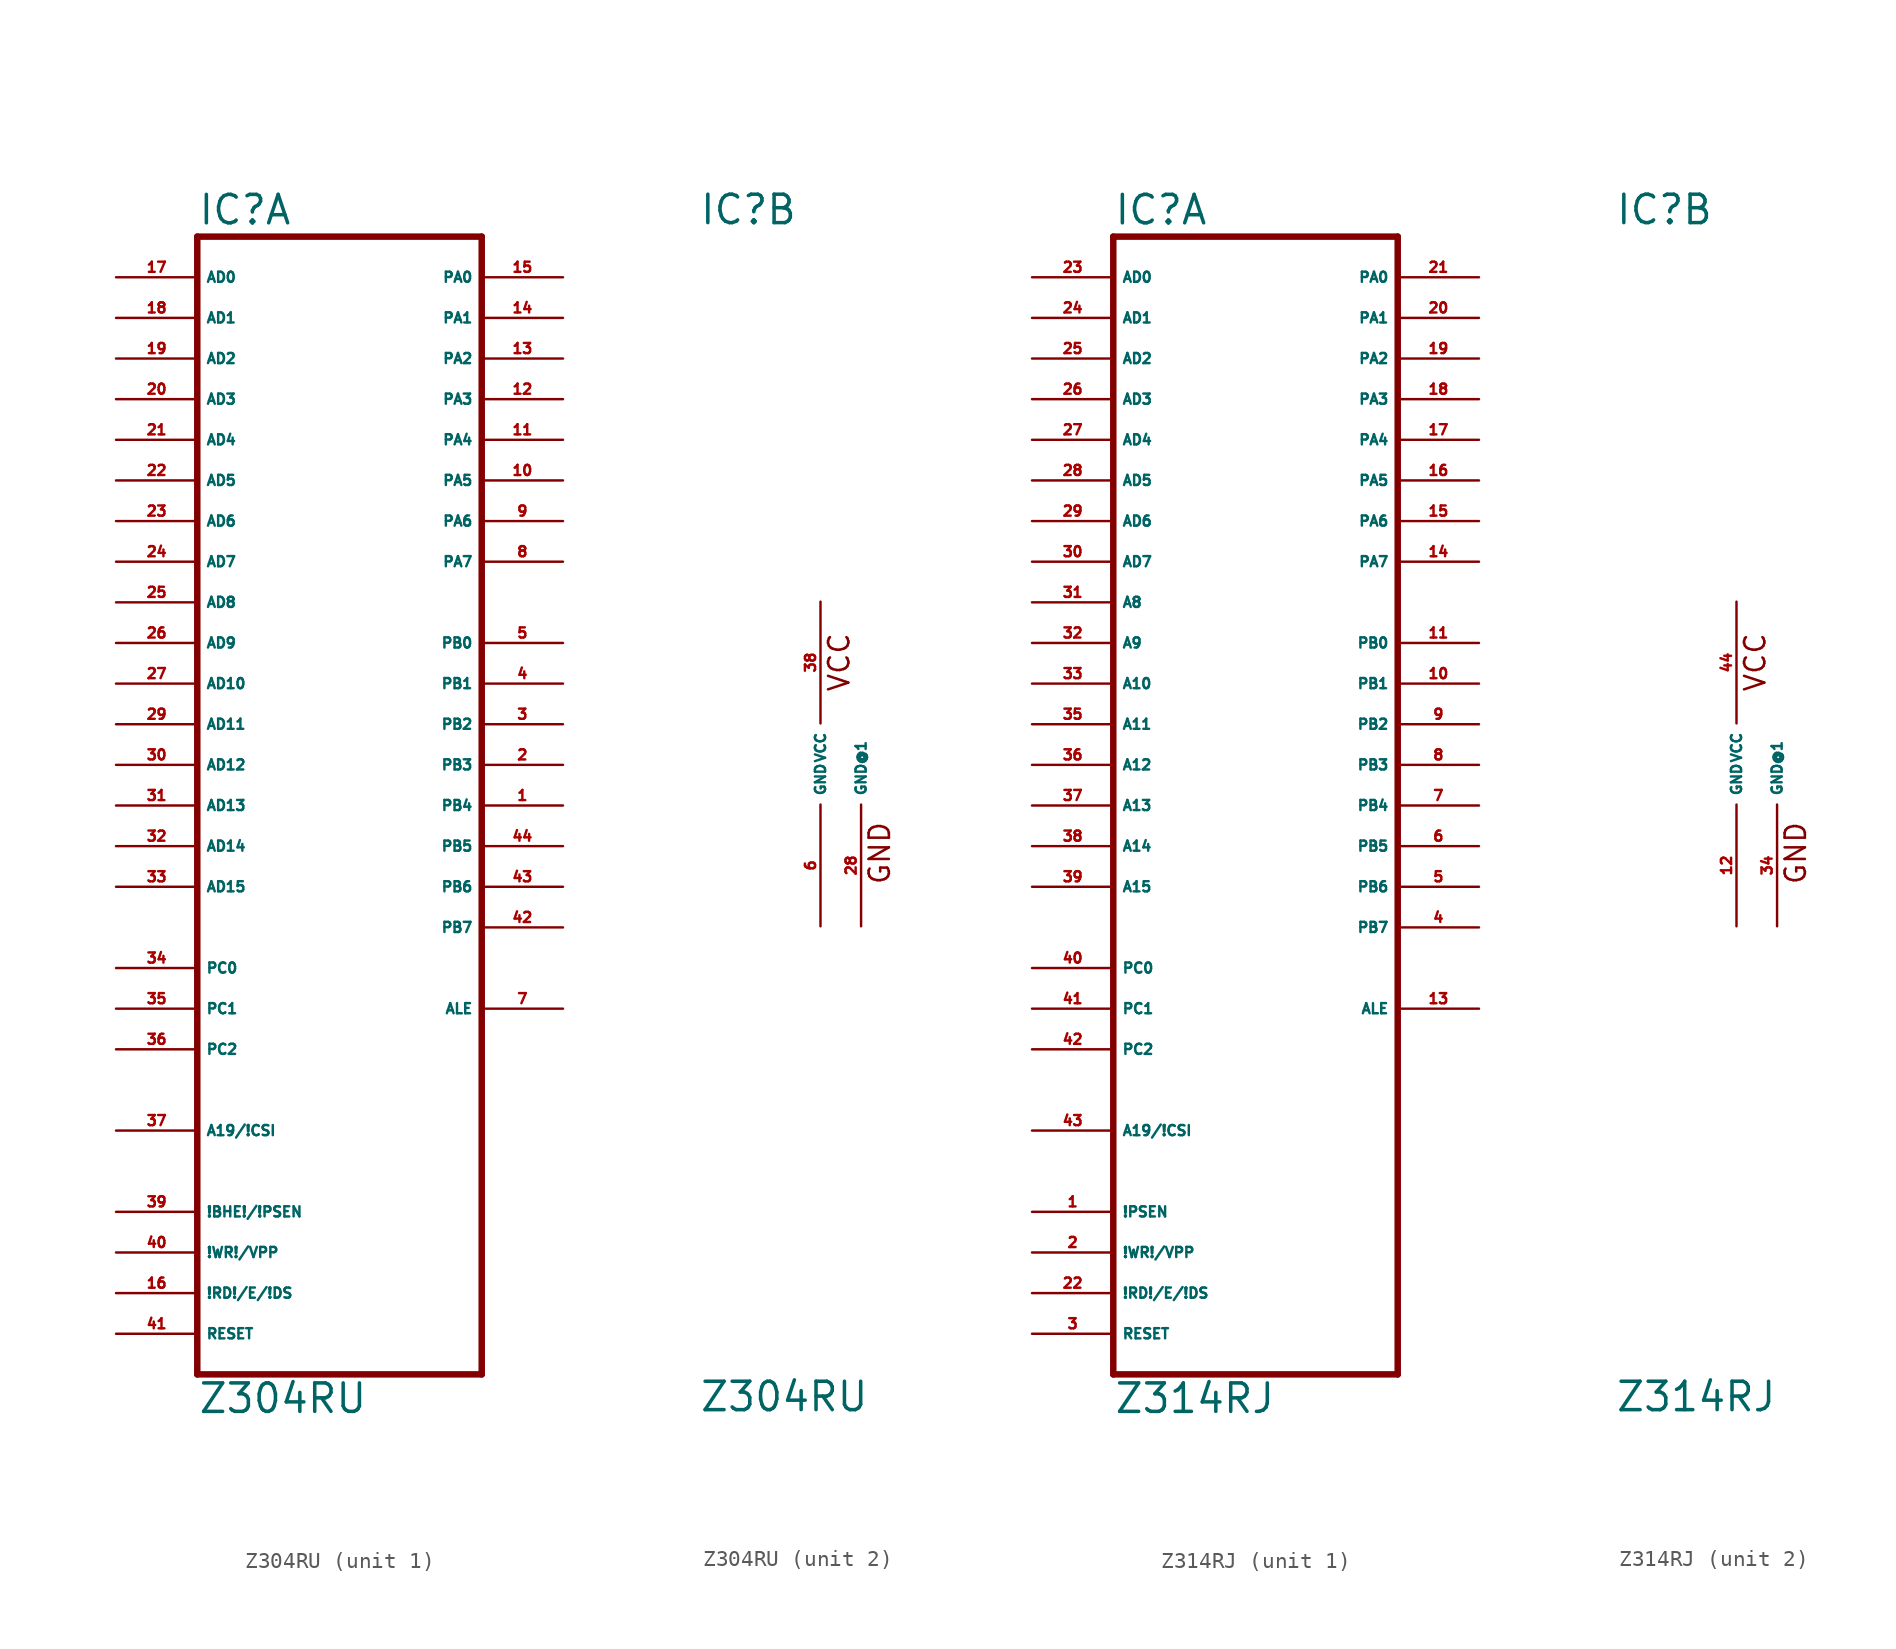
<source format=kicad_sym>
(kicad_symbol_lib
  (version 20220914)
  (generator Eagle2Kicad)
  (symbol "Z304RU"
    (property "Reference" "IC"
      (at -7.62 33.655 0)
      (effects (font (size 1.778 1.778) (thickness 0.22)) (justify left bottom)))
    (property "Value" "Z304RU"
      (at -7.62 -40.64 0)
      (effects (font (size 1.778 1.778) (thickness 0.22)) (justify left bottom)))
    (symbol "Z304RU_1_0"
      (polyline (pts (xy -7.62 -38.1) (xy 10.16 -38.1)) (stroke (width 0.406) (type default)) (fill (type none)))
      (polyline (pts (xy 10.16 -38.1) (xy 10.16 33.02)) (stroke (width 0.406) (type default)) (fill (type none)))
      (polyline (pts (xy 10.16 33.02) (xy -7.62 33.02)) (stroke (width 0.406) (type default)) (fill (type none)))
      (polyline (pts (xy -7.62 33.02) (xy -7.62 -38.1)) (stroke (width 0.406) (type default)) (fill (type none)))
      (pin input line (at -12.7 30.48 0) (length 5.08) (name "AD0" (effects (font (size 0.635 0.635) (thickness 0.08)) (justify left bottom))) (number "17" (effects (font (size 0.635 0.635) (thickness 0.08)) (justify left bottom))))
      (pin input line (at -12.7 27.94 0) (length 5.08) (name "AD1" (effects (font (size 0.635 0.635) (thickness 0.08)) (justify left bottom))) (number "18" (effects (font (size 0.635 0.635) (thickness 0.08)) (justify left bottom))))
      (pin input line (at -12.7 25.4 0) (length 5.08) (name "AD2" (effects (font (size 0.635 0.635) (thickness 0.08)) (justify left bottom))) (number "19" (effects (font (size 0.635 0.635) (thickness 0.08)) (justify left bottom))))
      (pin input line (at -12.7 22.86 0) (length 5.08) (name "AD3" (effects (font (size 0.635 0.635) (thickness 0.08)) (justify left bottom))) (number "20" (effects (font (size 0.635 0.635) (thickness 0.08)) (justify left bottom))))
      (pin input line (at -12.7 20.32 0) (length 5.08) (name "AD4" (effects (font (size 0.635 0.635) (thickness 0.08)) (justify left bottom))) (number "21" (effects (font (size 0.635 0.635) (thickness 0.08)) (justify left bottom))))
      (pin input line (at -12.7 17.78 0) (length 5.08) (name "AD5" (effects (font (size 0.635 0.635) (thickness 0.08)) (justify left bottom))) (number "22" (effects (font (size 0.635 0.635) (thickness 0.08)) (justify left bottom))))
      (pin input line (at -12.7 15.24 0) (length 5.08) (name "AD6" (effects (font (size 0.635 0.635) (thickness 0.08)) (justify left bottom))) (number "23" (effects (font (size 0.635 0.635) (thickness 0.08)) (justify left bottom))))
      (pin input line (at -12.7 12.7 0) (length 5.08) (name "AD7" (effects (font (size 0.635 0.635) (thickness 0.08)) (justify left bottom))) (number "24" (effects (font (size 0.635 0.635) (thickness 0.08)) (justify left bottom))))
      (pin input line (at -12.7 10.16 0) (length 5.08) (name "AD8" (effects (font (size 0.635 0.635) (thickness 0.08)) (justify left bottom))) (number "25" (effects (font (size 0.635 0.635) (thickness 0.08)) (justify left bottom))))
      (pin input line (at -12.7 7.62 0) (length 5.08) (name "AD9" (effects (font (size 0.635 0.635) (thickness 0.08)) (justify left bottom))) (number "26" (effects (font (size 0.635 0.635) (thickness 0.08)) (justify left bottom))))
      (pin input line (at -12.7 5.08 0) (length 5.08) (name "AD10" (effects (font (size 0.635 0.635) (thickness 0.08)) (justify left bottom))) (number "27" (effects (font (size 0.635 0.635) (thickness 0.08)) (justify left bottom))))
      (pin input line (at -12.7 2.54 0) (length 5.08) (name "AD11" (effects (font (size 0.635 0.635) (thickness 0.08)) (justify left bottom))) (number "29" (effects (font (size 0.635 0.635) (thickness 0.08)) (justify left bottom))))
      (pin input line (at -12.7 0 0) (length 5.08) (name "AD12" (effects (font (size 0.635 0.635) (thickness 0.08)) (justify left bottom))) (number "30" (effects (font (size 0.635 0.635) (thickness 0.08)) (justify left bottom))))
      (pin input line (at -12.7 -2.54 0) (length 5.08) (name "AD13" (effects (font (size 0.635 0.635) (thickness 0.08)) (justify left bottom))) (number "31" (effects (font (size 0.635 0.635) (thickness 0.08)) (justify left bottom))))
      (pin input line (at -12.7 -5.08 0) (length 5.08) (name "AD14" (effects (font (size 0.635 0.635) (thickness 0.08)) (justify left bottom))) (number "32" (effects (font (size 0.635 0.635) (thickness 0.08)) (justify left bottom))))
      (pin input line (at -12.7 -7.62 0) (length 5.08) (name "AD15" (effects (font (size 0.635 0.635) (thickness 0.08)) (justify left bottom))) (number "33" (effects (font (size 0.635 0.635) (thickness 0.08)) (justify left bottom))))
      (pin input line (at -12.7 -12.7 0) (length 5.08) (name "PC0" (effects (font (size 0.635 0.635) (thickness 0.08)) (justify left bottom))) (number "34" (effects (font (size 0.635 0.635) (thickness 0.08)) (justify left bottom))))
      (pin input line (at -12.7 -15.24 0) (length 5.08) (name "PC1" (effects (font (size 0.635 0.635) (thickness 0.08)) (justify left bottom))) (number "35" (effects (font (size 0.635 0.635) (thickness 0.08)) (justify left bottom))))
      (pin input line (at -12.7 -17.78 0) (length 5.08) (name "PC2" (effects (font (size 0.635 0.635) (thickness 0.08)) (justify left bottom))) (number "36" (effects (font (size 0.635 0.635) (thickness 0.08)) (justify left bottom))))
      (pin input line (at -12.7 -22.86 0) (length 5.08) (name "A19/!CSI" (effects (font (size 0.635 0.635) (thickness 0.08)) (justify left bottom))) (number "37" (effects (font (size 0.635 0.635) (thickness 0.08)) (justify left bottom))))
      (pin bidirectional line (at 15.24 30.48 180) (length 5.08) (name "PA0" (effects (font (size 0.635 0.635) (thickness 0.08)) (justify left bottom))) (number "15" (effects (font (size 0.635 0.635) (thickness 0.08)) (justify left bottom))))
      (pin bidirectional line (at 15.24 27.94 180) (length 5.08) (name "PA1" (effects (font (size 0.635 0.635) (thickness 0.08)) (justify left bottom))) (number "14" (effects (font (size 0.635 0.635) (thickness 0.08)) (justify left bottom))))
      (pin bidirectional line (at 15.24 25.4 180) (length 5.08) (name "PA2" (effects (font (size 0.635 0.635) (thickness 0.08)) (justify left bottom))) (number "13" (effects (font (size 0.635 0.635) (thickness 0.08)) (justify left bottom))))
      (pin bidirectional line (at 15.24 22.86 180) (length 5.08) (name "PA3" (effects (font (size 0.635 0.635) (thickness 0.08)) (justify left bottom))) (number "12" (effects (font (size 0.635 0.635) (thickness 0.08)) (justify left bottom))))
      (pin bidirectional line (at 15.24 20.32 180) (length 5.08) (name "PA4" (effects (font (size 0.635 0.635) (thickness 0.08)) (justify left bottom))) (number "11" (effects (font (size 0.635 0.635) (thickness 0.08)) (justify left bottom))))
      (pin bidirectional line (at 15.24 17.78 180) (length 5.08) (name "PA5" (effects (font (size 0.635 0.635) (thickness 0.08)) (justify left bottom))) (number "10" (effects (font (size 0.635 0.635) (thickness 0.08)) (justify left bottom))))
      (pin bidirectional line (at 15.24 15.24 180) (length 5.08) (name "PA6" (effects (font (size 0.635 0.635) (thickness 0.08)) (justify left bottom))) (number "9" (effects (font (size 0.635 0.635) (thickness 0.08)) (justify left bottom))))
      (pin bidirectional line (at 15.24 12.7 180) (length 5.08) (name "PA7" (effects (font (size 0.635 0.635) (thickness 0.08)) (justify left bottom))) (number "8" (effects (font (size 0.635 0.635) (thickness 0.08)) (justify left bottom))))
      (pin output line (at 15.24 7.62 180) (length 5.08) (name "PB0" (effects (font (size 0.635 0.635) (thickness 0.08)) (justify left bottom))) (number "5" (effects (font (size 0.635 0.635) (thickness 0.08)) (justify left bottom))))
      (pin output line (at 15.24 5.08 180) (length 5.08) (name "PB1" (effects (font (size 0.635 0.635) (thickness 0.08)) (justify left bottom))) (number "4" (effects (font (size 0.635 0.635) (thickness 0.08)) (justify left bottom))))
      (pin output line (at 15.24 2.54 180) (length 5.08) (name "PB2" (effects (font (size 0.635 0.635) (thickness 0.08)) (justify left bottom))) (number "3" (effects (font (size 0.635 0.635) (thickness 0.08)) (justify left bottom))))
      (pin output line (at 15.24 0 180) (length 5.08) (name "PB3" (effects (font (size 0.635 0.635) (thickness 0.08)) (justify left bottom))) (number "2" (effects (font (size 0.635 0.635) (thickness 0.08)) (justify left bottom))))
      (pin output line (at 15.24 -2.54 180) (length 5.08) (name "PB4" (effects (font (size 0.635 0.635) (thickness 0.08)) (justify left bottom))) (number "1" (effects (font (size 0.635 0.635) (thickness 0.08)) (justify left bottom))))
      (pin output line (at 15.24 -5.08 180) (length 5.08) (name "PB5" (effects (font (size 0.635 0.635) (thickness 0.08)) (justify left bottom))) (number "44" (effects (font (size 0.635 0.635) (thickness 0.08)) (justify left bottom))))
      (pin output line (at 15.24 -7.62 180) (length 5.08) (name "PB6" (effects (font (size 0.635 0.635) (thickness 0.08)) (justify left bottom))) (number "43" (effects (font (size 0.635 0.635) (thickness 0.08)) (justify left bottom))))
      (pin output line (at 15.24 -10.16 180) (length 5.08) (name "PB7" (effects (font (size 0.635 0.635) (thickness 0.08)) (justify left bottom))) (number "42" (effects (font (size 0.635 0.635) (thickness 0.08)) (justify left bottom))))
      (pin output line (at 15.24 -15.24 180) (length 5.08) (name "ALE" (effects (font (size 0.635 0.635) (thickness 0.08)) (justify left bottom))) (number "7" (effects (font (size 0.635 0.635) (thickness 0.08)) (justify left bottom))))
      (pin input line (at -12.7 -27.94 0) (length 5.08) (name "!BHE!/!PSEN" (effects (font (size 0.635 0.635) (thickness 0.08)) (justify left bottom))) (number "39" (effects (font (size 0.635 0.635) (thickness 0.08)) (justify left bottom))))
      (pin input line (at -12.7 -30.48 0) (length 5.08) (name "!WR!/VPP" (effects (font (size 0.635 0.635) (thickness 0.08)) (justify left bottom))) (number "40" (effects (font (size 0.635 0.635) (thickness 0.08)) (justify left bottom))))
      (pin input line (at -12.7 -33.02 0) (length 5.08) (name "!RD!/E/!DS" (effects (font (size 0.635 0.635) (thickness 0.08)) (justify left bottom))) (number "16" (effects (font (size 0.635 0.635) (thickness 0.08)) (justify left bottom))))
      (pin input line (at -12.7 -35.56 0) (length 5.08) (name "RESET" (effects (font (size 0.635 0.635) (thickness 0.08)) (justify left bottom))) (number "41" (effects (font (size 0.635 0.635) (thickness 0.08)) (justify left bottom)))))
    (symbol "Z304RU_2_0"
      (text "VCC" (at 1.905 4.445 900) (effects (font (size 1.27 1.27) (thickness 0.16)) (justify left bottom)))
      (text "GND" (at 4.445 -7.62 900) (effects (font (size 1.27 1.27) (thickness 0.16)) (justify left bottom)))
      (pin unspecified line (at 0 10.16 270) (length 7.62) (name "VCC" (effects (font (size 0.635 0.635) (thickness 0.08)) (justify left bottom))) (number "38" (effects (font (size 0.635 0.635) (thickness 0.08)) (justify left bottom))))
      (pin unspecified line (at 0 -10.16 90) (length 7.62) (name "GND" (effects (font (size 0.635 0.635) (thickness 0.08)) (justify left bottom))) (number "6" (effects (font (size 0.635 0.635) (thickness 0.08)) (justify left bottom))))
      (pin unspecified line (at 2.54 -10.16 90) (length 7.62) (name "GND@1" (effects (font (size 0.635 0.635) (thickness 0.08)) (justify left bottom))) (number "28" (effects (font (size 0.635 0.635) (thickness 0.08)) (justify left bottom))))))
  (symbol "Z314RJ"
    (property "Reference" "IC"
      (at -7.62 33.655 0)
      (effects (font (size 1.778 1.778) (thickness 0.22)) (justify left bottom)))
    (property "Value" "Z314RJ"
      (at -7.62 -40.64 0)
      (effects (font (size 1.778 1.778) (thickness 0.22)) (justify left bottom)))
    (symbol "Z314RJ_1_0"
      (polyline (pts (xy -7.62 -38.1) (xy 10.16 -38.1)) (stroke (width 0.406) (type default)) (fill (type none)))
      (polyline (pts (xy 10.16 -38.1) (xy 10.16 33.02)) (stroke (width 0.406) (type default)) (fill (type none)))
      (polyline (pts (xy 10.16 33.02) (xy -7.62 33.02)) (stroke (width 0.406) (type default)) (fill (type none)))
      (polyline (pts (xy -7.62 33.02) (xy -7.62 -38.1)) (stroke (width 0.406) (type default)) (fill (type none)))
      (pin input line (at -12.7 30.48 0) (length 5.08) (name "AD0" (effects (font (size 0.635 0.635) (thickness 0.08)) (justify left bottom))) (number "23" (effects (font (size 0.635 0.635) (thickness 0.08)) (justify left bottom))))
      (pin input line (at -12.7 27.94 0) (length 5.08) (name "AD1" (effects (font (size 0.635 0.635) (thickness 0.08)) (justify left bottom))) (number "24" (effects (font (size 0.635 0.635) (thickness 0.08)) (justify left bottom))))
      (pin input line (at -12.7 25.4 0) (length 5.08) (name "AD2" (effects (font (size 0.635 0.635) (thickness 0.08)) (justify left bottom))) (number "25" (effects (font (size 0.635 0.635) (thickness 0.08)) (justify left bottom))))
      (pin input line (at -12.7 22.86 0) (length 5.08) (name "AD3" (effects (font (size 0.635 0.635) (thickness 0.08)) (justify left bottom))) (number "26" (effects (font (size 0.635 0.635) (thickness 0.08)) (justify left bottom))))
      (pin input line (at -12.7 20.32 0) (length 5.08) (name "AD4" (effects (font (size 0.635 0.635) (thickness 0.08)) (justify left bottom))) (number "27" (effects (font (size 0.635 0.635) (thickness 0.08)) (justify left bottom))))
      (pin input line (at -12.7 17.78 0) (length 5.08) (name "AD5" (effects (font (size 0.635 0.635) (thickness 0.08)) (justify left bottom))) (number "28" (effects (font (size 0.635 0.635) (thickness 0.08)) (justify left bottom))))
      (pin input line (at -12.7 15.24 0) (length 5.08) (name "AD6" (effects (font (size 0.635 0.635) (thickness 0.08)) (justify left bottom))) (number "29" (effects (font (size 0.635 0.635) (thickness 0.08)) (justify left bottom))))
      (pin input line (at -12.7 12.7 0) (length 5.08) (name "AD7" (effects (font (size 0.635 0.635) (thickness 0.08)) (justify left bottom))) (number "30" (effects (font (size 0.635 0.635) (thickness 0.08)) (justify left bottom))))
      (pin input line (at -12.7 10.16 0) (length 5.08) (name "A8" (effects (font (size 0.635 0.635) (thickness 0.08)) (justify left bottom))) (number "31" (effects (font (size 0.635 0.635) (thickness 0.08)) (justify left bottom))))
      (pin input line (at -12.7 7.62 0) (length 5.08) (name "A9" (effects (font (size 0.635 0.635) (thickness 0.08)) (justify left bottom))) (number "32" (effects (font (size 0.635 0.635) (thickness 0.08)) (justify left bottom))))
      (pin input line (at -12.7 5.08 0) (length 5.08) (name "A10" (effects (font (size 0.635 0.635) (thickness 0.08)) (justify left bottom))) (number "33" (effects (font (size 0.635 0.635) (thickness 0.08)) (justify left bottom))))
      (pin input line (at -12.7 2.54 0) (length 5.08) (name "A11" (effects (font (size 0.635 0.635) (thickness 0.08)) (justify left bottom))) (number "35" (effects (font (size 0.635 0.635) (thickness 0.08)) (justify left bottom))))
      (pin input line (at -12.7 0 0) (length 5.08) (name "A12" (effects (font (size 0.635 0.635) (thickness 0.08)) (justify left bottom))) (number "36" (effects (font (size 0.635 0.635) (thickness 0.08)) (justify left bottom))))
      (pin input line (at -12.7 -2.54 0) (length 5.08) (name "A13" (effects (font (size 0.635 0.635) (thickness 0.08)) (justify left bottom))) (number "37" (effects (font (size 0.635 0.635) (thickness 0.08)) (justify left bottom))))
      (pin input line (at -12.7 -5.08 0) (length 5.08) (name "A14" (effects (font (size 0.635 0.635) (thickness 0.08)) (justify left bottom))) (number "38" (effects (font (size 0.635 0.635) (thickness 0.08)) (justify left bottom))))
      (pin input line (at -12.7 -7.62 0) (length 5.08) (name "A15" (effects (font (size 0.635 0.635) (thickness 0.08)) (justify left bottom))) (number "39" (effects (font (size 0.635 0.635) (thickness 0.08)) (justify left bottom))))
      (pin input line (at -12.7 -12.7 0) (length 5.08) (name "PC0" (effects (font (size 0.635 0.635) (thickness 0.08)) (justify left bottom))) (number "40" (effects (font (size 0.635 0.635) (thickness 0.08)) (justify left bottom))))
      (pin input line (at -12.7 -15.24 0) (length 5.08) (name "PC1" (effects (font (size 0.635 0.635) (thickness 0.08)) (justify left bottom))) (number "41" (effects (font (size 0.635 0.635) (thickness 0.08)) (justify left bottom))))
      (pin input line (at -12.7 -17.78 0) (length 5.08) (name "PC2" (effects (font (size 0.635 0.635) (thickness 0.08)) (justify left bottom))) (number "42" (effects (font (size 0.635 0.635) (thickness 0.08)) (justify left bottom))))
      (pin input line (at -12.7 -22.86 0) (length 5.08) (name "A19/!CSI" (effects (font (size 0.635 0.635) (thickness 0.08)) (justify left bottom))) (number "43" (effects (font (size 0.635 0.635) (thickness 0.08)) (justify left bottom))))
      (pin bidirectional line (at 15.24 30.48 180) (length 5.08) (name "PA0" (effects (font (size 0.635 0.635) (thickness 0.08)) (justify left bottom))) (number "21" (effects (font (size 0.635 0.635) (thickness 0.08)) (justify left bottom))))
      (pin bidirectional line (at 15.24 27.94 180) (length 5.08) (name "PA1" (effects (font (size 0.635 0.635) (thickness 0.08)) (justify left bottom))) (number "20" (effects (font (size 0.635 0.635) (thickness 0.08)) (justify left bottom))))
      (pin bidirectional line (at 15.24 25.4 180) (length 5.08) (name "PA2" (effects (font (size 0.635 0.635) (thickness 0.08)) (justify left bottom))) (number "19" (effects (font (size 0.635 0.635) (thickness 0.08)) (justify left bottom))))
      (pin bidirectional line (at 15.24 22.86 180) (length 5.08) (name "PA3" (effects (font (size 0.635 0.635) (thickness 0.08)) (justify left bottom))) (number "18" (effects (font (size 0.635 0.635) (thickness 0.08)) (justify left bottom))))
      (pin bidirectional line (at 15.24 20.32 180) (length 5.08) (name "PA4" (effects (font (size 0.635 0.635) (thickness 0.08)) (justify left bottom))) (number "17" (effects (font (size 0.635 0.635) (thickness 0.08)) (justify left bottom))))
      (pin bidirectional line (at 15.24 17.78 180) (length 5.08) (name "PA5" (effects (font (size 0.635 0.635) (thickness 0.08)) (justify left bottom))) (number "16" (effects (font (size 0.635 0.635) (thickness 0.08)) (justify left bottom))))
      (pin bidirectional line (at 15.24 15.24 180) (length 5.08) (name "PA6" (effects (font (size 0.635 0.635) (thickness 0.08)) (justify left bottom))) (number "15" (effects (font (size 0.635 0.635) (thickness 0.08)) (justify left bottom))))
      (pin bidirectional line (at 15.24 12.7 180) (length 5.08) (name "PA7" (effects (font (size 0.635 0.635) (thickness 0.08)) (justify left bottom))) (number "14" (effects (font (size 0.635 0.635) (thickness 0.08)) (justify left bottom))))
      (pin output line (at 15.24 7.62 180) (length 5.08) (name "PB0" (effects (font (size 0.635 0.635) (thickness 0.08)) (justify left bottom))) (number "11" (effects (font (size 0.635 0.635) (thickness 0.08)) (justify left bottom))))
      (pin output line (at 15.24 5.08 180) (length 5.08) (name "PB1" (effects (font (size 0.635 0.635) (thickness 0.08)) (justify left bottom))) (number "10" (effects (font (size 0.635 0.635) (thickness 0.08)) (justify left bottom))))
      (pin output line (at 15.24 2.54 180) (length 5.08) (name "PB2" (effects (font (size 0.635 0.635) (thickness 0.08)) (justify left bottom))) (number "9" (effects (font (size 0.635 0.635) (thickness 0.08)) (justify left bottom))))
      (pin output line (at 15.24 0 180) (length 5.08) (name "PB3" (effects (font (size 0.635 0.635) (thickness 0.08)) (justify left bottom))) (number "8" (effects (font (size 0.635 0.635) (thickness 0.08)) (justify left bottom))))
      (pin output line (at 15.24 -2.54 180) (length 5.08) (name "PB4" (effects (font (size 0.635 0.635) (thickness 0.08)) (justify left bottom))) (number "7" (effects (font (size 0.635 0.635) (thickness 0.08)) (justify left bottom))))
      (pin output line (at 15.24 -5.08 180) (length 5.08) (name "PB5" (effects (font (size 0.635 0.635) (thickness 0.08)) (justify left bottom))) (number "6" (effects (font (size 0.635 0.635) (thickness 0.08)) (justify left bottom))))
      (pin output line (at 15.24 -7.62 180) (length 5.08) (name "PB6" (effects (font (size 0.635 0.635) (thickness 0.08)) (justify left bottom))) (number "5" (effects (font (size 0.635 0.635) (thickness 0.08)) (justify left bottom))))
      (pin output line (at 15.24 -10.16 180) (length 5.08) (name "PB7" (effects (font (size 0.635 0.635) (thickness 0.08)) (justify left bottom))) (number "4" (effects (font (size 0.635 0.635) (thickness 0.08)) (justify left bottom))))
      (pin output line (at 15.24 -15.24 180) (length 5.08) (name "ALE" (effects (font (size 0.635 0.635) (thickness 0.08)) (justify left bottom))) (number "13" (effects (font (size 0.635 0.635) (thickness 0.08)) (justify left bottom))))
      (pin input line (at -12.7 -27.94 0) (length 5.08) (name "!PSEN" (effects (font (size 0.635 0.635) (thickness 0.08)) (justify left bottom))) (number "1" (effects (font (size 0.635 0.635) (thickness 0.08)) (justify left bottom))))
      (pin input line (at -12.7 -30.48 0) (length 5.08) (name "!WR!/VPP" (effects (font (size 0.635 0.635) (thickness 0.08)) (justify left bottom))) (number "2" (effects (font (size 0.635 0.635) (thickness 0.08)) (justify left bottom))))
      (pin input line (at -12.7 -33.02 0) (length 5.08) (name "!RD!/E/!DS" (effects (font (size 0.635 0.635) (thickness 0.08)) (justify left bottom))) (number "22" (effects (font (size 0.635 0.635) (thickness 0.08)) (justify left bottom))))
      (pin input line (at -12.7 -35.56 0) (length 5.08) (name "RESET" (effects (font (size 0.635 0.635) (thickness 0.08)) (justify left bottom))) (number "3" (effects (font (size 0.635 0.635) (thickness 0.08)) (justify left bottom)))))
    (symbol "Z314RJ_2_0"
      (text "VCC" (at 1.905 4.445 900) (effects (font (size 1.27 1.27) (thickness 0.16)) (justify left bottom)))
      (text "GND" (at 4.445 -7.62 900) (effects (font (size 1.27 1.27) (thickness 0.16)) (justify left bottom)))
      (pin unspecified line (at 0 10.16 270) (length 7.62) (name "VCC" (effects (font (size 0.635 0.635) (thickness 0.08)) (justify left bottom))) (number "44" (effects (font (size 0.635 0.635) (thickness 0.08)) (justify left bottom))))
      (pin unspecified line (at 0 -10.16 90) (length 7.62) (name "GND" (effects (font (size 0.635 0.635) (thickness 0.08)) (justify left bottom))) (number "12" (effects (font (size 0.635 0.635) (thickness 0.08)) (justify left bottom))))
      (pin unspecified line (at 2.54 -10.16 90) (length 7.62) (name "GND@1" (effects (font (size 0.635 0.635) (thickness 0.08)) (justify left bottom))) (number "34" (effects (font (size 0.635 0.635) (thickness 0.08)) (justify left bottom)))))))
</source>
